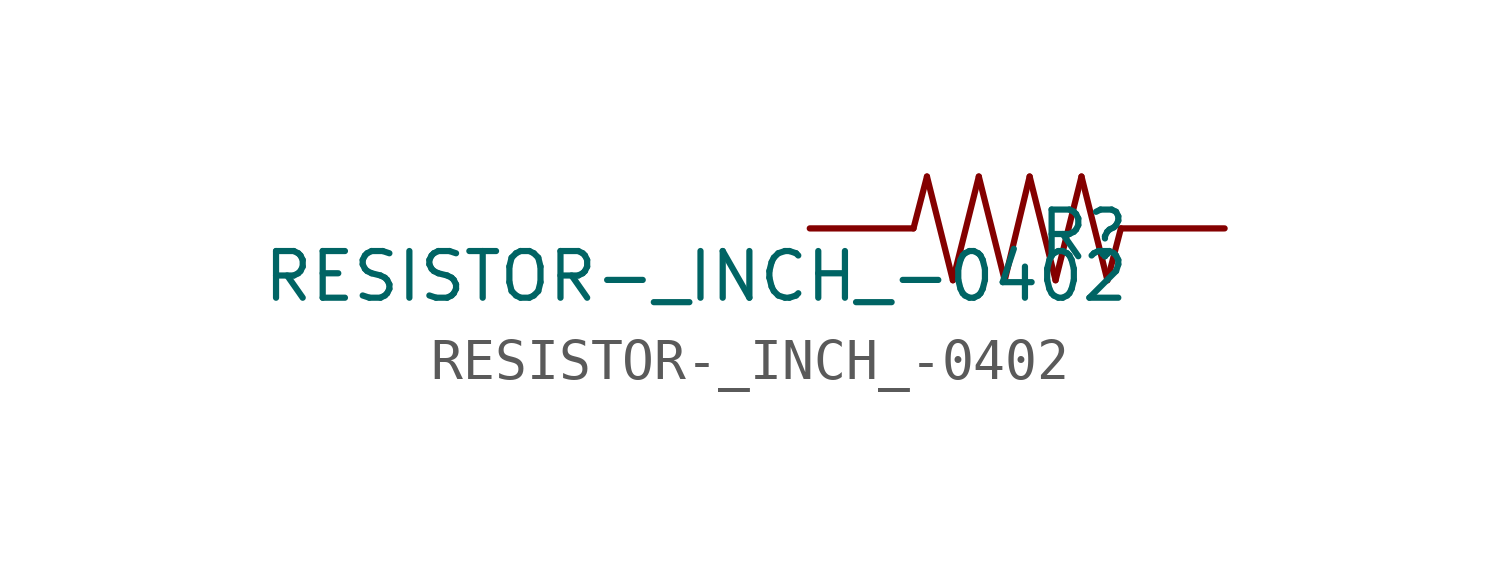
<source format=kicad_sym>
(kicad_symbol_lib
  (version 20211014)
  (generator kicad_symbol_editor)
  (symbol "RESISTOR-_INCH_-0402"
    (pin_numbers hide)
    (pin_names
      (offset 1.016) hide)
    (property "Reference" "R"
      (at 2.794 0.508 0)
      (effects (font (size 1.143 1.143)) (justify right top)))
    (property "Value" "RESISTOR-_INCH_-0402"
      (at 2.794 -0.508 0)
      (effects (font (size 1.143 1.143)) (justify right top)))
    (property "ki_locked" ""
      (at 0 0 0)
      (effects (font (size 1.27 1.27))))
    (symbol "RESISTOR-_INCH_-0402_1_0"
      (polyline (pts (xy -2.21 1.27) (xy -2.54 0)) (stroke (width 0) (type default) (color 0 0 0 0)) (fill (type none)))
      (polyline (pts (xy -1.575 -1.27) (xy -2.21 1.27)) (stroke (width 0) (type default) (color 0 0 0 0)) (fill (type none)))
      (polyline (pts (xy -0.94 1.27) (xy -1.575 -1.27)) (stroke (width 0) (type default) (color 0 0 0 0)) (fill (type none)))
      (polyline (pts (xy -0.305 -1.27) (xy -0.94 1.27)) (stroke (width 0) (type default) (color 0 0 0 0)) (fill (type none)))
      (polyline (pts (xy 0.305 1.27) (xy -0.305 -1.27)) (stroke (width 0) (type default) (color 0 0 0 0)) (fill (type none)))
      (polyline (pts (xy 0.94 -1.27) (xy 0.305 1.27)) (stroke (width 0) (type default) (color 0 0 0 0)) (fill (type none)))
      (polyline (pts (xy 1.575 1.27) (xy 0.94 -1.27)) (stroke (width 0) (type default) (color 0 0 0 0)) (fill (type none)))
      (polyline (pts (xy 2.21 -1.27) (xy 1.575 1.27)) (stroke (width 0) (type default) (color 0 0 0 0)) (fill (type none)))
      (polyline (pts (xy 2.54 0) (xy 2.21 -1.27)) (stroke (width 0) (type default) (color 0 0 0 0)) (fill (type none))))
    (symbol "RESISTOR-_INCH_-0402_1_1"
      (pin bidirectional line (at -5.08 0 0) (length 2.54) (name "1" (effects (font (size 1.016 1.016)))) (number "1" (effects (font (size 1.016 1.016)))))
      (pin bidirectional line (at 5.08 0 180) (length 2.54) (name "2" (effects (font (size 1.016 1.016)))) (number "2" (effects (font (size 1.016 1.016))))))))
</source>
